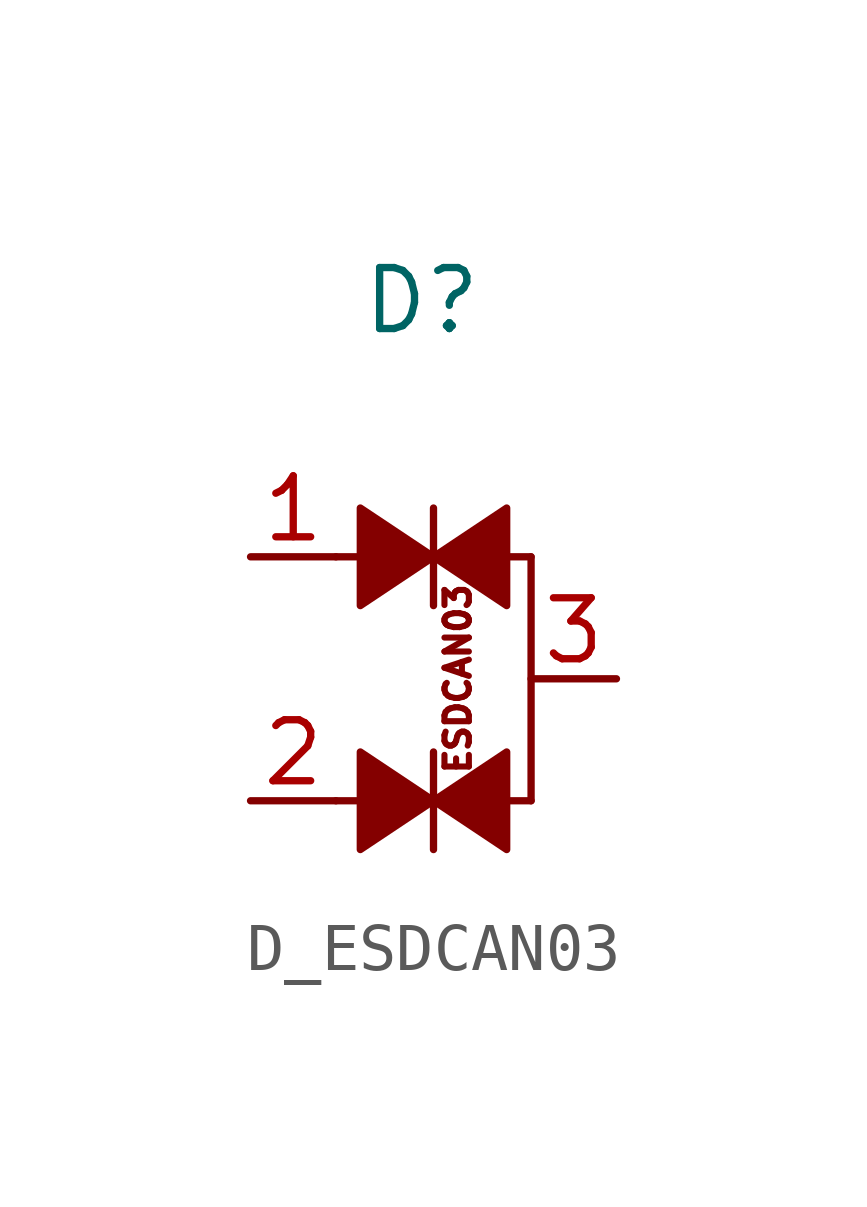
<source format=kicad_sym>
(kicad_symbol_lib
  (version 20211014)
  (generator kicad_symbol_editor)
  (symbol "D_ESDCAN03"
    (pin_names
      (offset 0.254) hide)
    (property "Reference" "D"
      (at -1.524 7.874 0)
      (effects (font (size 1.27 1.27)) (justify left)))
    (symbol "D_ESDCAN03_0_0"
      (text "ESDCAN03" (at 0.508 0 900) (effects (font (size 0.508 0.508)))))
    (symbol "D_ESDCAN03_0_1"
      (polyline (pts (xy -2.032 -2.54) (xy -1.524 -2.54)) (stroke (width 0) (type default) (color 0 0 0 0)) (fill (type none)))
      (polyline (pts (xy -2.032 2.54) (xy -1.524 2.54)) (stroke (width 0) (type default) (color 0 0 0 0)) (fill (type none)))
      (polyline (pts (xy 0 -3.556) (xy 0 -1.524)) (stroke (width 0) (type default) (color 0 0 0 0)) (fill (type none)))
      (polyline (pts (xy 0 1.524) (xy 0 3.556)) (stroke (width 0) (type default) (color 0 0 0 0)) (fill (type none)))
      (polyline (pts (xy 1.524 -2.54) (xy 2.032 -2.54)) (stroke (width 0) (type default) (color 0 0 0 0)) (fill (type none)))
      (polyline (pts (xy 2.032 2.54) (xy 1.524 2.54)) (stroke (width 0) (type default) (color 0 0 0 0)) (fill (type none)))
      (polyline (pts (xy 2.032 2.54) (xy 2.032 -2.54)) (stroke (width 0) (type default) (color 0 0 0 0)) (fill (type none)))
      (polyline (pts (xy 0 -2.54) (xy -1.524 -1.524) (xy -1.524 -3.556) (xy 0 -2.54)) (stroke (width 0) (type default) (color 0 0 0 0)) (fill (type outline)))
      (polyline (pts (xy 0 2.54) (xy -1.524 3.556) (xy -1.524 1.524) (xy 0 2.54)) (stroke (width 0) (type default) (color 0 0 0 0)) (fill (type outline)))
      (polyline (pts (xy 1.524 -3.556) (xy 0 -2.54) (xy 1.524 -1.524) (xy 1.524 -3.556)) (stroke (width 0) (type default) (color 0 0 0 0)) (fill (type outline)))
      (polyline (pts (xy 1.524 1.524) (xy 0 2.54) (xy 1.524 3.556) (xy 1.524 1.524)) (stroke (width 0) (type default) (color 0 0 0 0)) (fill (type outline))))
    (symbol "D_ESDCAN03_1_1"
      (pin passive line (at -3.81 2.54 0) (length 1.778) (name "~" (effects (font (size 1.27 1.27)))) (number "1" (effects (font (size 1.27 1.27)))))
      (pin passive line (at -3.81 -2.54 0) (length 1.778) (name "K" (effects (font (size 1.27 1.27)))) (number "2" (effects (font (size 1.27 1.27)))))
      (pin passive line (at 3.81 0 180) (length 1.778) (name "A" (effects (font (size 1.27 1.27)))) (number "3" (effects (font (size 1.27 1.27))))))))
</source>
